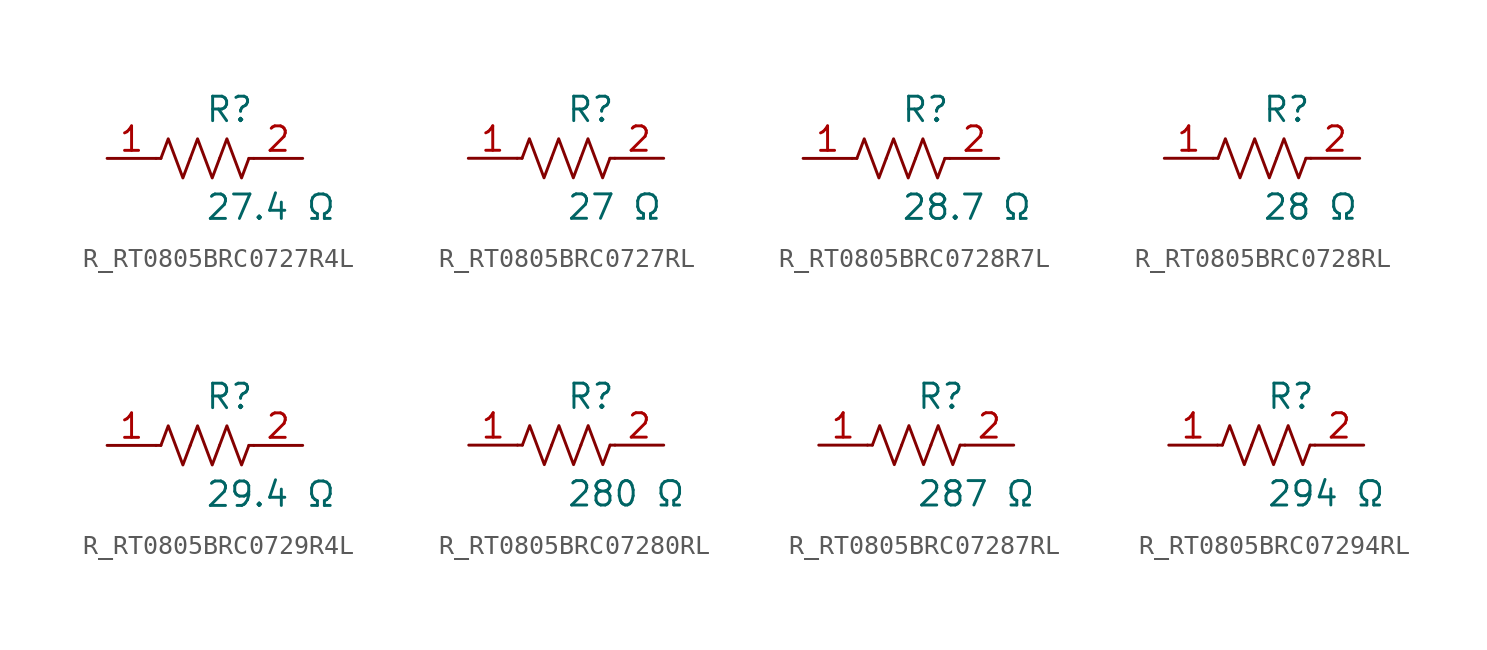
<source format=kicad_sym>
(kicad_symbol_lib
  (version 20231120)
  (generator kicad_symbol_editor)
  (generator_version 8.0)
  (symbol "R_RT0805BRC0727R4L"
    (pin_names
      (offset 0.254))
    (property "Reference" "R"
      (at 0.0 2.54 0)
      (effects (font (size 1.27 1.27)) (justify left)))
    (property "Value" "27.4 Ω"
      (at 0.0 -2.54 0)
      (effects (font (size 1.27 1.27)) (justify left)))
    (symbol "R_RT0805BRC0727R4L_0_1"
      (polyline (pts (xy 2.286 0) (xy 2.54 0)) (stroke (width 0) (type default)) (fill (type none)))
      (polyline (pts (xy -2.286 0) (xy -2.54 0)) (stroke (width 0) (type default)) (fill (type none)))
      (polyline (pts (xy 0.762 0) (xy 1.143 1.016) (xy 1.524 0) (xy 1.905 -1.016) (xy 2.286 0)) (stroke (width 0) (type default)) (fill (type none)))
      (polyline (pts (xy -0.762 0) (xy -0.381 1.016) (xy 0 0) (xy 0.381 -1.016) (xy 0.762 0)) (stroke (width 0) (type default)) (fill (type none)))
      (polyline (pts (xy -2.286 0) (xy -1.905 1.016) (xy -1.524 0) (xy -1.143 -1.016) (xy -0.762 0)) (stroke (width 0) (type default)) (fill (type none))))
    (pin unspecified line
      (at -5.08 0 0)
      (length 2.54)
      (name "" (effects (font (size 1.27 1.27))))
      (number "1" (effects (font (size 1.27 1.27)))))
    (pin unspecified line
      (at 5.08 0 180)
      (length 2.54)
      (name "" (effects (font (size 1.27 1.27))))
      (number "2" (effects (font (size 1.27 1.27))))))
  (symbol "R_RT0805BRC0727RL"
    (pin_names
      (offset 0.254))
    (property "Reference" "R"
      (at 0.0 2.54 0)
      (effects (font (size 1.27 1.27)) (justify left)))
    (property "Value" "27 Ω"
      (at 0.0 -2.54 0)
      (effects (font (size 1.27 1.27)) (justify left)))
    (symbol "R_RT0805BRC0727RL_0_1"
      (polyline (pts (xy 2.286 0) (xy 2.54 0)) (stroke (width 0) (type default)) (fill (type none)))
      (polyline (pts (xy -2.286 0) (xy -2.54 0)) (stroke (width 0) (type default)) (fill (type none)))
      (polyline (pts (xy 0.762 0) (xy 1.143 1.016) (xy 1.524 0) (xy 1.905 -1.016) (xy 2.286 0)) (stroke (width 0) (type default)) (fill (type none)))
      (polyline (pts (xy -0.762 0) (xy -0.381 1.016) (xy 0 0) (xy 0.381 -1.016) (xy 0.762 0)) (stroke (width 0) (type default)) (fill (type none)))
      (polyline (pts (xy -2.286 0) (xy -1.905 1.016) (xy -1.524 0) (xy -1.143 -1.016) (xy -0.762 0)) (stroke (width 0) (type default)) (fill (type none))))
    (pin unspecified line
      (at -5.08 0 0)
      (length 2.54)
      (name "" (effects (font (size 1.27 1.27))))
      (number "1" (effects (font (size 1.27 1.27)))))
    (pin unspecified line
      (at 5.08 0 180)
      (length 2.54)
      (name "" (effects (font (size 1.27 1.27))))
      (number "2" (effects (font (size 1.27 1.27))))))
  (symbol "R_RT0805BRC0728R7L"
    (pin_names
      (offset 0.254))
    (property "Reference" "R"
      (at 0.0 2.54 0)
      (effects (font (size 1.27 1.27)) (justify left)))
    (property "Value" "28.7 Ω"
      (at 0.0 -2.54 0)
      (effects (font (size 1.27 1.27)) (justify left)))
    (symbol "R_RT0805BRC0728R7L_0_1"
      (polyline (pts (xy 2.286 0) (xy 2.54 0)) (stroke (width 0) (type default)) (fill (type none)))
      (polyline (pts (xy -2.286 0) (xy -2.54 0)) (stroke (width 0) (type default)) (fill (type none)))
      (polyline (pts (xy 0.762 0) (xy 1.143 1.016) (xy 1.524 0) (xy 1.905 -1.016) (xy 2.286 0)) (stroke (width 0) (type default)) (fill (type none)))
      (polyline (pts (xy -0.762 0) (xy -0.381 1.016) (xy 0 0) (xy 0.381 -1.016) (xy 0.762 0)) (stroke (width 0) (type default)) (fill (type none)))
      (polyline (pts (xy -2.286 0) (xy -1.905 1.016) (xy -1.524 0) (xy -1.143 -1.016) (xy -0.762 0)) (stroke (width 0) (type default)) (fill (type none))))
    (pin unspecified line
      (at -5.08 0 0)
      (length 2.54)
      (name "" (effects (font (size 1.27 1.27))))
      (number "1" (effects (font (size 1.27 1.27)))))
    (pin unspecified line
      (at 5.08 0 180)
      (length 2.54)
      (name "" (effects (font (size 1.27 1.27))))
      (number "2" (effects (font (size 1.27 1.27))))))
  (symbol "R_RT0805BRC0728RL"
    (pin_names
      (offset 0.254))
    (property "Reference" "R"
      (at 0.0 2.54 0)
      (effects (font (size 1.27 1.27)) (justify left)))
    (property "Value" "28 Ω"
      (at 0.0 -2.54 0)
      (effects (font (size 1.27 1.27)) (justify left)))
    (symbol "R_RT0805BRC0728RL_0_1"
      (polyline (pts (xy 2.286 0) (xy 2.54 0)) (stroke (width 0) (type default)) (fill (type none)))
      (polyline (pts (xy -2.286 0) (xy -2.54 0)) (stroke (width 0) (type default)) (fill (type none)))
      (polyline (pts (xy 0.762 0) (xy 1.143 1.016) (xy 1.524 0) (xy 1.905 -1.016) (xy 2.286 0)) (stroke (width 0) (type default)) (fill (type none)))
      (polyline (pts (xy -0.762 0) (xy -0.381 1.016) (xy 0 0) (xy 0.381 -1.016) (xy 0.762 0)) (stroke (width 0) (type default)) (fill (type none)))
      (polyline (pts (xy -2.286 0) (xy -1.905 1.016) (xy -1.524 0) (xy -1.143 -1.016) (xy -0.762 0)) (stroke (width 0) (type default)) (fill (type none))))
    (pin unspecified line
      (at -5.08 0 0)
      (length 2.54)
      (name "" (effects (font (size 1.27 1.27))))
      (number "1" (effects (font (size 1.27 1.27)))))
    (pin unspecified line
      (at 5.08 0 180)
      (length 2.54)
      (name "" (effects (font (size 1.27 1.27))))
      (number "2" (effects (font (size 1.27 1.27))))))
  (symbol "R_RT0805BRC0729R4L"
    (pin_names
      (offset 0.254))
    (property "Reference" "R"
      (at 0.0 2.54 0)
      (effects (font (size 1.27 1.27)) (justify left)))
    (property "Value" "29.4 Ω"
      (at 0.0 -2.54 0)
      (effects (font (size 1.27 1.27)) (justify left)))
    (symbol "R_RT0805BRC0729R4L_0_1"
      (polyline (pts (xy 2.286 0) (xy 2.54 0)) (stroke (width 0) (type default)) (fill (type none)))
      (polyline (pts (xy -2.286 0) (xy -2.54 0)) (stroke (width 0) (type default)) (fill (type none)))
      (polyline (pts (xy 0.762 0) (xy 1.143 1.016) (xy 1.524 0) (xy 1.905 -1.016) (xy 2.286 0)) (stroke (width 0) (type default)) (fill (type none)))
      (polyline (pts (xy -0.762 0) (xy -0.381 1.016) (xy 0 0) (xy 0.381 -1.016) (xy 0.762 0)) (stroke (width 0) (type default)) (fill (type none)))
      (polyline (pts (xy -2.286 0) (xy -1.905 1.016) (xy -1.524 0) (xy -1.143 -1.016) (xy -0.762 0)) (stroke (width 0) (type default)) (fill (type none))))
    (pin unspecified line
      (at -5.08 0 0)
      (length 2.54)
      (name "" (effects (font (size 1.27 1.27))))
      (number "1" (effects (font (size 1.27 1.27)))))
    (pin unspecified line
      (at 5.08 0 180)
      (length 2.54)
      (name "" (effects (font (size 1.27 1.27))))
      (number "2" (effects (font (size 1.27 1.27))))))
  (symbol "R_RT0805BRC07280RL"
    (pin_names
      (offset 0.254))
    (property "Reference" "R"
      (at 0.0 2.54 0)
      (effects (font (size 1.27 1.27)) (justify left)))
    (property "Value" "280 Ω"
      (at 0.0 -2.54 0)
      (effects (font (size 1.27 1.27)) (justify left)))
    (symbol "R_RT0805BRC07280RL_0_1"
      (polyline (pts (xy 2.286 0) (xy 2.54 0)) (stroke (width 0) (type default)) (fill (type none)))
      (polyline (pts (xy -2.286 0) (xy -2.54 0)) (stroke (width 0) (type default)) (fill (type none)))
      (polyline (pts (xy 0.762 0) (xy 1.143 1.016) (xy 1.524 0) (xy 1.905 -1.016) (xy 2.286 0)) (stroke (width 0) (type default)) (fill (type none)))
      (polyline (pts (xy -0.762 0) (xy -0.381 1.016) (xy 0 0) (xy 0.381 -1.016) (xy 0.762 0)) (stroke (width 0) (type default)) (fill (type none)))
      (polyline (pts (xy -2.286 0) (xy -1.905 1.016) (xy -1.524 0) (xy -1.143 -1.016) (xy -0.762 0)) (stroke (width 0) (type default)) (fill (type none))))
    (pin unspecified line
      (at -5.08 0 0)
      (length 2.54)
      (name "" (effects (font (size 1.27 1.27))))
      (number "1" (effects (font (size 1.27 1.27)))))
    (pin unspecified line
      (at 5.08 0 180)
      (length 2.54)
      (name "" (effects (font (size 1.27 1.27))))
      (number "2" (effects (font (size 1.27 1.27))))))
  (symbol "R_RT0805BRC07287RL"
    (pin_names
      (offset 0.254))
    (property "Reference" "R"
      (at 0.0 2.54 0)
      (effects (font (size 1.27 1.27)) (justify left)))
    (property "Value" "287 Ω"
      (at 0.0 -2.54 0)
      (effects (font (size 1.27 1.27)) (justify left)))
    (symbol "R_RT0805BRC07287RL_0_1"
      (polyline (pts (xy 2.286 0) (xy 2.54 0)) (stroke (width 0) (type default)) (fill (type none)))
      (polyline (pts (xy -2.286 0) (xy -2.54 0)) (stroke (width 0) (type default)) (fill (type none)))
      (polyline (pts (xy 0.762 0) (xy 1.143 1.016) (xy 1.524 0) (xy 1.905 -1.016) (xy 2.286 0)) (stroke (width 0) (type default)) (fill (type none)))
      (polyline (pts (xy -0.762 0) (xy -0.381 1.016) (xy 0 0) (xy 0.381 -1.016) (xy 0.762 0)) (stroke (width 0) (type default)) (fill (type none)))
      (polyline (pts (xy -2.286 0) (xy -1.905 1.016) (xy -1.524 0) (xy -1.143 -1.016) (xy -0.762 0)) (stroke (width 0) (type default)) (fill (type none))))
    (pin unspecified line
      (at -5.08 0 0)
      (length 2.54)
      (name "" (effects (font (size 1.27 1.27))))
      (number "1" (effects (font (size 1.27 1.27)))))
    (pin unspecified line
      (at 5.08 0 180)
      (length 2.54)
      (name "" (effects (font (size 1.27 1.27))))
      (number "2" (effects (font (size 1.27 1.27))))))
  (symbol "R_RT0805BRC07294RL"
    (pin_names
      (offset 0.254))
    (property "Reference" "R"
      (at 0.0 2.54 0)
      (effects (font (size 1.27 1.27)) (justify left)))
    (property "Value" "294 Ω"
      (at 0.0 -2.54 0)
      (effects (font (size 1.27 1.27)) (justify left)))
    (symbol "R_RT0805BRC07294RL_0_1"
      (polyline (pts (xy 2.286 0) (xy 2.54 0)) (stroke (width 0) (type default)) (fill (type none)))
      (polyline (pts (xy -2.286 0) (xy -2.54 0)) (stroke (width 0) (type default)) (fill (type none)))
      (polyline (pts (xy 0.762 0) (xy 1.143 1.016) (xy 1.524 0) (xy 1.905 -1.016) (xy 2.286 0)) (stroke (width 0) (type default)) (fill (type none)))
      (polyline (pts (xy -0.762 0) (xy -0.381 1.016) (xy 0 0) (xy 0.381 -1.016) (xy 0.762 0)) (stroke (width 0) (type default)) (fill (type none)))
      (polyline (pts (xy -2.286 0) (xy -1.905 1.016) (xy -1.524 0) (xy -1.143 -1.016) (xy -0.762 0)) (stroke (width 0) (type default)) (fill (type none))))
    (pin unspecified line
      (at -5.08 0 0)
      (length 2.54)
      (name "" (effects (font (size 1.27 1.27))))
      (number "1" (effects (font (size 1.27 1.27)))))
    (pin unspecified line
      (at 5.08 0 180)
      (length 2.54)
      (name "" (effects (font (size 1.27 1.27))))
      (number "2" (effects (font (size 1.27 1.27)))))))
</source>
